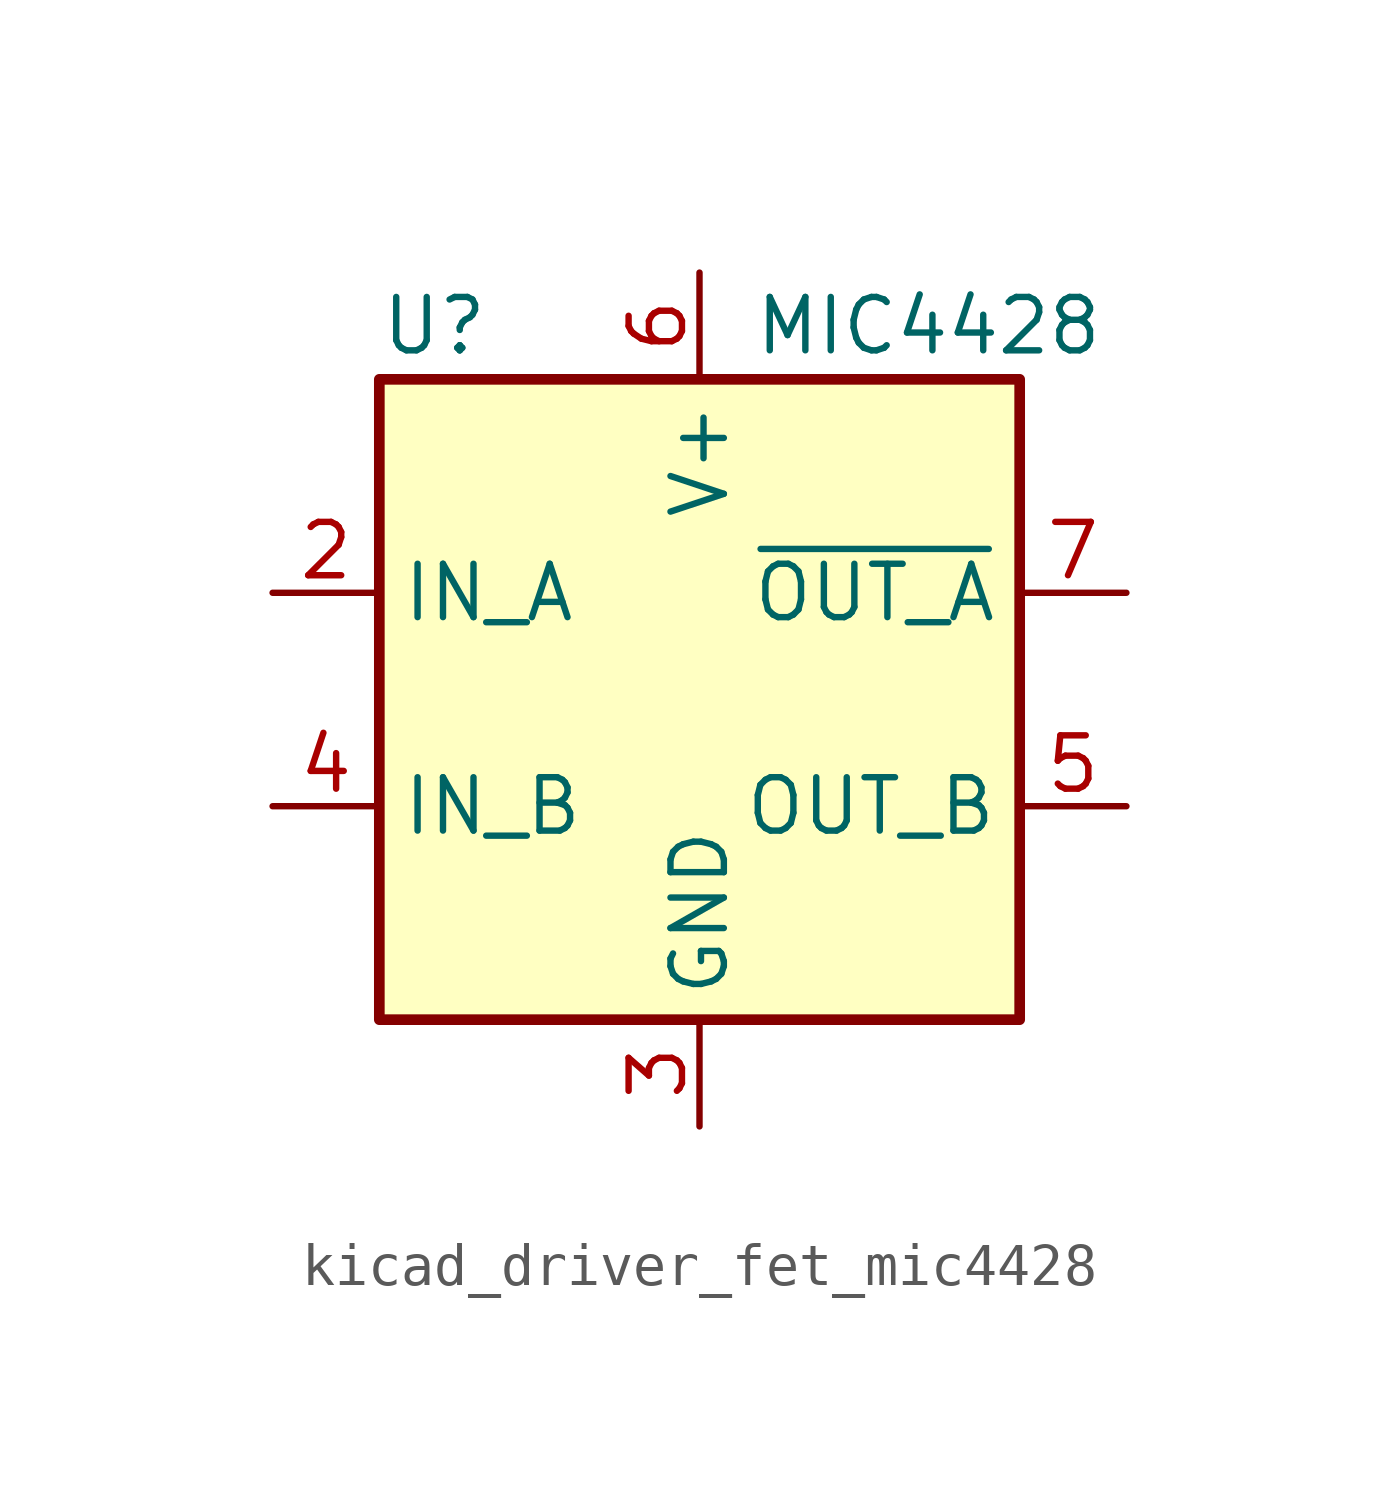
<source format=kicad_sym>
(kicad_symbol_lib
  (version 20220914)
  (generator kicad_symbol_editor)
  (symbol "kicad_driver_fet_mic4428"
    (property "Reference" "U"
      (at -7.62 8.89 0)
      (effects (font (size 1.27 1.27)) (justify left)))
    (property "Value" "MIC4428"
      (at 1.27 8.89 0)
      (effects (font (size 1.27 1.27)) (justify left)))
    (symbol "kicad_driver_fet_mic4428_0_1"
      (rectangle (start -7.62 -7.62) (end 7.62 7.62) (stroke (width 0.254) (type default)) (fill (type background))))
    (symbol "kicad_driver_fet_mic4428_1_1"
      (pin no_connect line (at -7.62 0 0) (length 2.54) hide (name "NC" (effects (font (size 1.27 1.27)))) (number "1" (effects (font (size 1.27 1.27)))))
      (pin input line (at -10.16 2.54 0) (length 2.54) (name "IN_A" (effects (font (size 1.27 1.27)))) (number "2" (effects (font (size 1.27 1.27)))))
      (pin power_in line (at 0 -10.16 90) (length 2.54) (name "GND" (effects (font (size 1.27 1.27)))) (number "3" (effects (font (size 1.27 1.27)))))
      (pin input line (at -10.16 -2.54 0) (length 2.54) (name "IN_B" (effects (font (size 1.27 1.27)))) (number "4" (effects (font (size 1.27 1.27)))))
      (pin output line (at 10.16 -2.54 180) (length 2.54) (name "OUT_B" (effects (font (size 1.27 1.27)))) (number "5" (effects (font (size 1.27 1.27)))))
      (pin power_in line (at 0 10.16 270) (length 2.54) (name "V+" (effects (font (size 1.27 1.27)))) (number "6" (effects (font (size 1.27 1.27)))))
      (pin output line (at 10.16 2.54 180) (length 2.54) (name "~{OUT_A}" (effects (font (size 1.27 1.27)))) (number "7" (effects (font (size 1.27 1.27)))))
      (pin no_connect line (at 7.62 0 180) (length 2.54) hide (name "NC" (effects (font (size 1.27 1.27)))) (number "8" (effects (font (size 1.27 1.27))))))))
</source>
